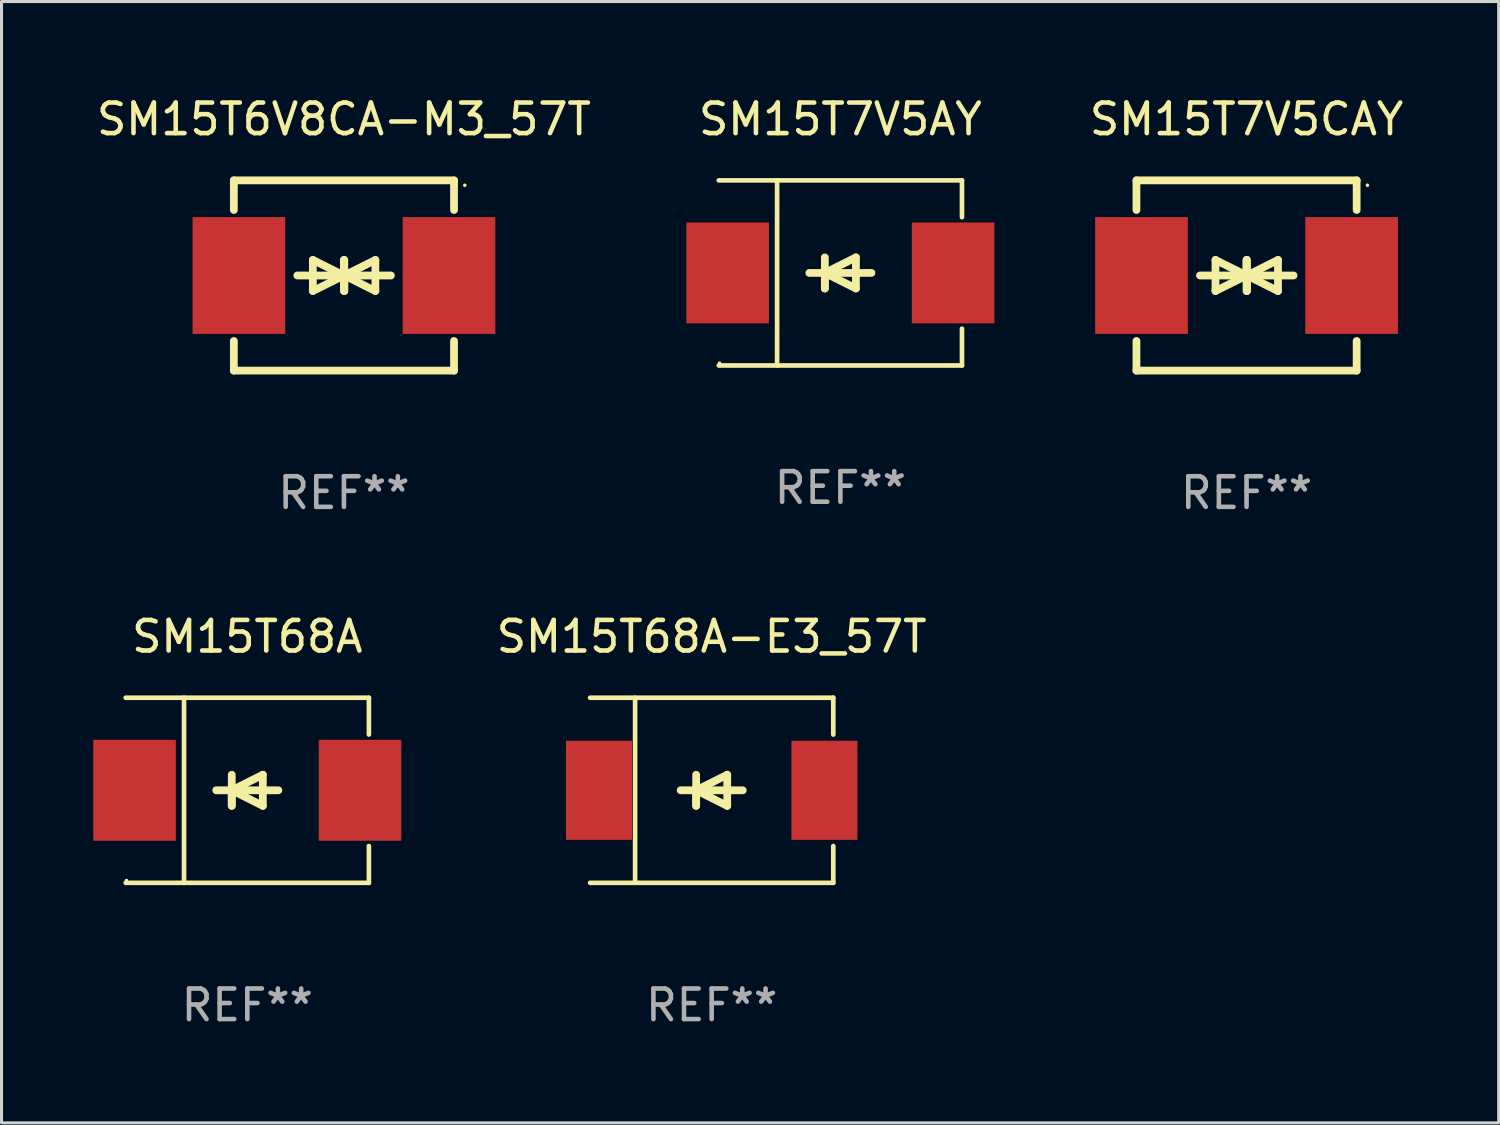
<source format=kicad_pcb>
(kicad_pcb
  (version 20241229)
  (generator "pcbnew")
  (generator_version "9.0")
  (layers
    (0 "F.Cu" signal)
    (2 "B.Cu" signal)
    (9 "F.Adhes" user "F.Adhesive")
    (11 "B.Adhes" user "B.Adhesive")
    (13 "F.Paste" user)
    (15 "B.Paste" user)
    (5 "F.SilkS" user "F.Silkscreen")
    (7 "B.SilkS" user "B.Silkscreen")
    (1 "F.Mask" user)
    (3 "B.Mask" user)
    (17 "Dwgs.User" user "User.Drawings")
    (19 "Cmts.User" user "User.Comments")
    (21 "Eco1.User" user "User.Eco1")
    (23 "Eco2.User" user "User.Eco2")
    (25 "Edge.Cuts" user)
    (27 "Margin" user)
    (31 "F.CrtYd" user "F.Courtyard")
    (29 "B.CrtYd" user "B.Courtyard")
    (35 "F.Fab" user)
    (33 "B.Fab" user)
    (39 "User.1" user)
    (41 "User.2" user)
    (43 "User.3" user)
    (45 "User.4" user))
  (footprint "SM15T68A"
    (layer "F.Cu")
    (at 5.036 22.791)
    (property "Reference" "SM15T68A" (at 0 -5.026 0) (layer "F.SilkS") (effects (font (size 1 1) (thickness 0.15))))
    (attr through_hole)
    (fp_line (start -3.976 -3.026) (end 3.976 -3.026) (stroke (width 0.152) (type solid)) (layer "F.SilkS"))
    (fp_line (start -3.976 3.026) (end 3.976 3.026) (stroke (width 0.152) (type solid)) (layer "F.SilkS"))
    (fp_line (start -2.069 -3.026) (end -2.069 3.026) (stroke (width 0.152) (type solid)) (layer "F.SilkS"))
    (fp_line (start -0.508 0) (end -0.508 0.508) (stroke (width 0.254) (type solid)) (layer "F.SilkS"))
    (fp_line (start -0.508 0) (end 0.508 0.508) (stroke (width 0.254) (type solid)) (layer "F.SilkS"))
    (fp_line (start -0.508 0.508) (end -0.508 -0.508) (stroke (width 0.254) (type solid)) (layer "F.SilkS"))
    (fp_line (start 0.508 -0.508) (end -0.508 0) (stroke (width 0.254) (type solid)) (layer "F.SilkS"))
    (fp_line (start 0.508 0.508) (end 0.508 -0.508) (stroke (width 0.254) (type solid)) (layer "F.SilkS"))
    (fp_line (start 1.016 0) (end -1.016 0) (stroke (width 0.254) (type solid)) (layer "F.SilkS"))
    (fp_line (start 3.976 -3.026) (end 3.976 -1.823) (stroke (width 0.152) (type solid)) (layer "F.SilkS"))
    (fp_line (start 3.976 3.026) (end 3.976 1.823) (stroke (width 0.152) (type solid)) (layer "F.SilkS"))
    (fp_circle (center -3.95 2.95) (end -3.92 2.95) (stroke (width 0.06) (type solid)) (fill no) (layer "F.SilkS"))
    (fp_text user "REF**" (at 0 7.026 0) (layer "F.Fab") (effects (font (size 1 1) (thickness 0.15))))
    (pad "1" smd rect (at -3.686 0) (size 2.7 3.3) (layers "F.Cu" "F.Mask" "F.Paste"))
    (pad "2" smd rect (at 3.686 0) (size 2.7 3.3) (layers "F.Cu" "F.Mask" "F.Paste")))
  (footprint "SM15T6V8CA-M3_57T"
    (layer "F.Cu")
    (at 8.196 5.958)
    (property "Reference" "SM15T6V8CA-M3_57T" (at 0 -5.11 0) (layer "F.SilkS") (effects (font (size 1 1) (thickness 0.15))))
    (attr through_hole)
    (fp_line (start -3.6 -2.141) (end -3.6 -3.11) (stroke (width 0.254) (type solid)) (layer "F.SilkS"))
    (fp_line (start -3.6 3.11) (end -3.6 2.141) (stroke (width 0.254) (type solid)) (layer "F.SilkS"))
    (fp_line (start -1.524 0) (end 0.508 0) (stroke (width 0.254) (type solid)) (layer "F.SilkS"))
    (fp_line (start -1.016 -0.508) (end -1.016 0.508) (stroke (width 0.254) (type solid)) (layer "F.SilkS"))
    (fp_line (start -1.016 0.508) (end 0 0) (stroke (width 0.254) (type solid)) (layer "F.SilkS"))
    (fp_line (start 0 -0.508) (end 0 0.508) (stroke (width 0.254) (type solid)) (layer "F.SilkS"))
    (fp_line (start 0 0) (end -1.016 -0.508) (stroke (width 0.254) (type solid)) (layer "F.SilkS"))
    (fp_line (start 0 0) (end 0 -0.508) (stroke (width 0.254) (type solid)) (layer "F.SilkS"))
    (fp_line (start 0.012 0) (end 0.012 0.508) (stroke (width 0.254) (type solid)) (layer "F.SilkS"))
    (fp_line (start 0.012 0) (end 1.028 0.508) (stroke (width 0.254) (type solid)) (layer "F.SilkS"))
    (fp_line (start 0.012 0.508) (end 0.012 -0.508) (stroke (width 0.254) (type solid)) (layer "F.SilkS"))
    (fp_line (start 1.028 -0.508) (end 0.012 0) (stroke (width 0.254) (type solid)) (layer "F.SilkS"))
    (fp_line (start 1.028 0.508) (end 1.028 -0.508) (stroke (width 0.254) (type solid)) (layer "F.SilkS"))
    (fp_line (start 1.536 0) (end -0.496 0) (stroke (width 0.254) (type solid)) (layer "F.SilkS"))
    (fp_line (start 3.6 -3.11) (end -3.6 -3.11) (stroke (width 0.254) (type solid)) (layer "F.SilkS"))
    (fp_line (start 3.6 -2.141) (end 3.6 -3.11) (stroke (width 0.254) (type solid)) (layer "F.SilkS"))
    (fp_line (start 3.6 3.11) (end -3.6 3.11) (stroke (width 0.254) (type solid)) (layer "F.SilkS"))
    (fp_line (start 3.6 3.11) (end 3.6 2.141) (stroke (width 0.254) (type solid)) (layer "F.SilkS"))
    (fp_circle (center 3.952 -2.95) (end 3.982 -2.95) (stroke (width 0.06) (type solid)) (fill no) (layer "F.SilkS"))
    (fp_text user "REF**" (at 0 7.11 0) (layer "F.Fab") (effects (font (size 1 1) (thickness 0.15))))
    (pad "1" smd rect (at 3.435 0) (size 3.03 3.82) (layers "F.Cu" "F.Mask" "F.Paste"))
    (pad "2" smd rect (at -3.435 0) (size 3.03 3.82) (layers "F.Cu" "F.Mask" "F.Paste")))
  (footprint "SM15T7V5CAY"
    (layer "F.Cu")
    (at 37.71 5.958)
    (property "Reference" "SM15T7V5CAY" (at 0 -5.11 0) (layer "F.SilkS") (effects (font (size 1 1) (thickness 0.15))))
    (attr through_hole)
    (fp_line (start -3.6 -2.141) (end -3.6 -3.11) (stroke (width 0.254) (type solid)) (layer "F.SilkS"))
    (fp_line (start -3.6 3.11) (end -3.6 2.141) (stroke (width 0.254) (type solid)) (layer "F.SilkS"))
    (fp_line (start -1.524 0) (end 0.508 0) (stroke (width 0.254) (type solid)) (layer "F.SilkS"))
    (fp_line (start -1.016 -0.508) (end -1.016 0.508) (stroke (width 0.254) (type solid)) (layer "F.SilkS"))
    (fp_line (start -1.016 0.508) (end 0 0) (stroke (width 0.254) (type solid)) (layer "F.SilkS"))
    (fp_line (start 0 -0.508) (end 0 0.508) (stroke (width 0.254) (type solid)) (layer "F.SilkS"))
    (fp_line (start 0 0) (end -1.016 -0.508) (stroke (width 0.254) (type solid)) (layer "F.SilkS"))
    (fp_line (start 0 0) (end 0 -0.508) (stroke (width 0.254) (type solid)) (layer "F.SilkS"))
    (fp_line (start 0.012 0) (end 0.012 0.508) (stroke (width 0.254) (type solid)) (layer "F.SilkS"))
    (fp_line (start 0.012 0) (end 1.028 0.508) (stroke (width 0.254) (type solid)) (layer "F.SilkS"))
    (fp_line (start 0.012 0.508) (end 0.012 -0.508) (stroke (width 0.254) (type solid)) (layer "F.SilkS"))
    (fp_line (start 1.028 -0.508) (end 0.012 0) (stroke (width 0.254) (type solid)) (layer "F.SilkS"))
    (fp_line (start 1.028 0.508) (end 1.028 -0.508) (stroke (width 0.254) (type solid)) (layer "F.SilkS"))
    (fp_line (start 1.536 0) (end -0.496 0) (stroke (width 0.254) (type solid)) (layer "F.SilkS"))
    (fp_line (start 3.6 -3.11) (end -3.6 -3.11) (stroke (width 0.254) (type solid)) (layer "F.SilkS"))
    (fp_line (start 3.6 -2.141) (end 3.6 -3.11) (stroke (width 0.254) (type solid)) (layer "F.SilkS"))
    (fp_line (start 3.6 3.11) (end -3.6 3.11) (stroke (width 0.254) (type solid)) (layer "F.SilkS"))
    (fp_line (start 3.6 3.11) (end 3.6 2.141) (stroke (width 0.254) (type solid)) (layer "F.SilkS"))
    (fp_circle (center 3.952 -2.95) (end 3.982 -2.95) (stroke (width 0.06) (type solid)) (fill no) (layer "F.SilkS"))
    (fp_text user "REF**" (at 0 7.11 0) (layer "F.Fab") (effects (font (size 1 1) (thickness 0.15))))
    (pad "1" smd rect (at 3.435 0) (size 3.03 3.82) (layers "F.Cu" "F.Mask" "F.Paste"))
    (pad "2" smd rect (at -3.435 0) (size 3.03 3.82) (layers "F.Cu" "F.Mask" "F.Paste")))
  (footprint "SM15T68A-E3_57T"
    (layer "F.Cu")
    (at 20.221 22.791)
    (property "Reference" "SM15T68A-E3_57T" (at 0 -5.026 0) (layer "F.SilkS") (effects (font (size 1 1) (thickness 0.15))))
    (attr through_hole)
    (fp_line (start -3.976 -3.026) (end 3.976 -3.026) (stroke (width 0.152) (type solid)) (layer "F.SilkS"))
    (fp_line (start -3.976 3.026) (end 3.976 3.026) (stroke (width 0.152) (type solid)) (layer "F.SilkS"))
    (fp_line (start -2.504 -3.026) (end -2.504 3.026) (stroke (width 0.152) (type solid)) (layer "F.SilkS"))
    (fp_line (start -0.508 0) (end -0.508 0.508) (stroke (width 0.254) (type solid)) (layer "F.SilkS"))
    (fp_line (start -0.508 0) (end 0.508 0.508) (stroke (width 0.254) (type solid)) (layer "F.SilkS"))
    (fp_line (start -0.508 0.508) (end -0.508 -0.508) (stroke (width 0.254) (type solid)) (layer "F.SilkS"))
    (fp_line (start 0.508 -0.508) (end -0.508 0) (stroke (width 0.254) (type solid)) (layer "F.SilkS"))
    (fp_line (start 0.508 0.508) (end 0.508 -0.508) (stroke (width 0.254) (type solid)) (layer "F.SilkS"))
    (fp_line (start 1.016 0) (end -1.016 0) (stroke (width 0.254) (type solid)) (layer "F.SilkS"))
    (fp_line (start 3.976 -3.026) (end 3.976 -1.823) (stroke (width 0.152) (type solid)) (layer "F.SilkS"))
    (fp_line (start 3.976 3.026) (end 3.976 1.823) (stroke (width 0.152) (type solid)) (layer "F.SilkS"))
    (fp_circle (center 3.95 -2.95) (end 3.98 -2.95) (stroke (width 0.06) (type solid)) (fill no) (layer "F.SilkS"))
    (fp_text user "REF**" (at 0 7.026 0) (layer "F.Fab") (effects (font (size 1 1) (thickness 0.15))))
    (pad "1" smd rect (at 3.686 0 180) (size 2.158 3.24) (layers "F.Cu" "F.Mask" "F.Paste"))
    (pad "2" smd rect (at -3.686 0 180) (size 2.158 3.24) (layers "F.Cu" "F.Mask" "F.Paste")))
  (footprint "SM15T7V5AY"
    (layer "F.Cu")
    (at 24.429 5.874)
    (property "Reference" "SM15T7V5AY" (at 0 -5.026 0) (layer "F.SilkS") (effects (font (size 1 1) (thickness 0.15))))
    (attr through_hole)
    (fp_line (start -3.976 -3.026) (end 3.976 -3.026) (stroke (width 0.152) (type solid)) (layer "F.SilkS"))
    (fp_line (start -3.976 3.026) (end 3.976 3.026) (stroke (width 0.152) (type solid)) (layer "F.SilkS"))
    (fp_line (start -2.069 -3.026) (end -2.069 3.026) (stroke (width 0.152) (type solid)) (layer "F.SilkS"))
    (fp_line (start -0.508 0) (end -0.508 0.508) (stroke (width 0.254) (type solid)) (layer "F.SilkS"))
    (fp_line (start -0.508 0) (end 0.508 0.508) (stroke (width 0.254) (type solid)) (layer "F.SilkS"))
    (fp_line (start -0.508 0.508) (end -0.508 -0.508) (stroke (width 0.254) (type solid)) (layer "F.SilkS"))
    (fp_line (start 0.508 -0.508) (end -0.508 0) (stroke (width 0.254) (type solid)) (layer "F.SilkS"))
    (fp_line (start 0.508 0.508) (end 0.508 -0.508) (stroke (width 0.254) (type solid)) (layer "F.SilkS"))
    (fp_line (start 1.016 0) (end -1.016 0) (stroke (width 0.254) (type solid)) (layer "F.SilkS"))
    (fp_line (start 3.976 -3.026) (end 3.976 -1.823) (stroke (width 0.152) (type solid)) (layer "F.SilkS"))
    (fp_line (start 3.976 3.026) (end 3.976 1.823) (stroke (width 0.152) (type solid)) (layer "F.SilkS"))
    (fp_circle (center -3.95 2.95) (end -3.92 2.95) (stroke (width 0.06) (type solid)) (fill no) (layer "F.SilkS"))
    (fp_text user "REF**" (at 0 7.026 0) (layer "F.Fab") (effects (font (size 1 1) (thickness 0.15))))
    (pad "1" smd rect (at -3.686 0) (size 2.7 3.3) (layers "F.Cu" "F.Mask" "F.Paste"))
    (pad "2" smd rect (at 3.686 0) (size 2.7 3.3) (layers "F.Cu" "F.Mask" "F.Paste")))
  (gr_rect
    (start -3 -3)
    (end 45.954 33.665)
    (stroke (width 0.1) (type default))
    (fill no)
    (layer "Edge.Cuts")))
</source>
